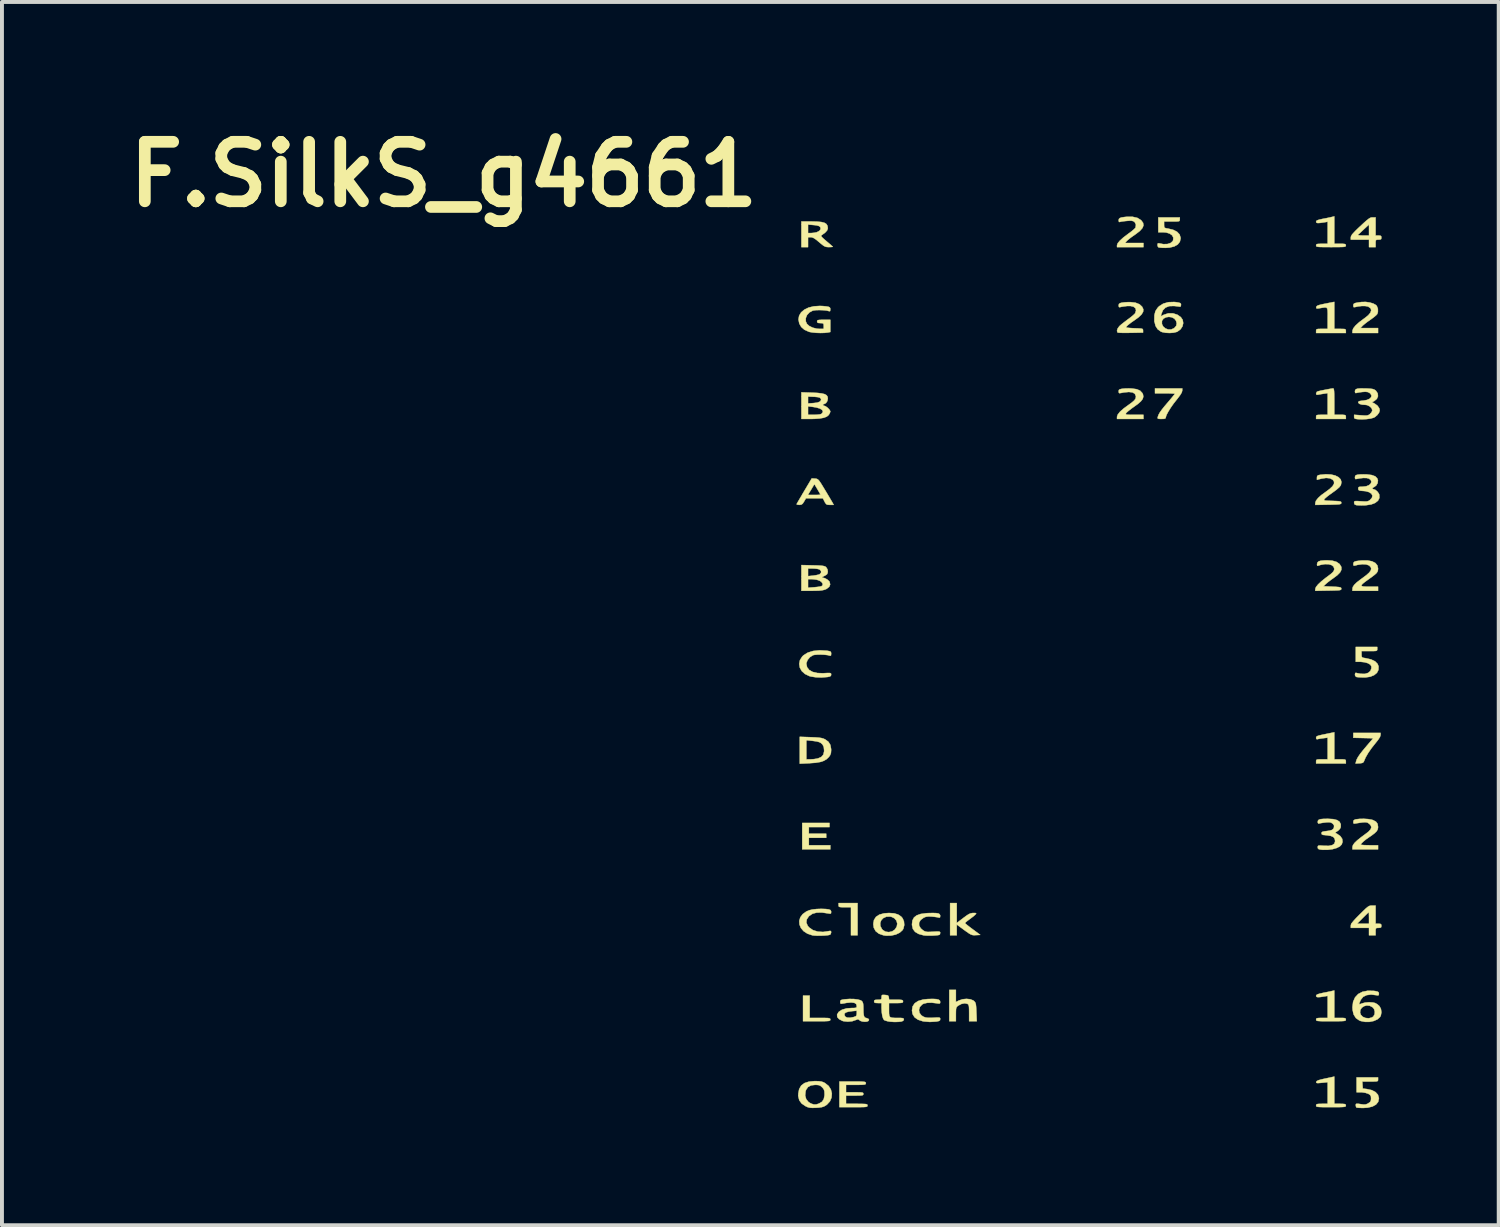
<source format=kicad_pcb>
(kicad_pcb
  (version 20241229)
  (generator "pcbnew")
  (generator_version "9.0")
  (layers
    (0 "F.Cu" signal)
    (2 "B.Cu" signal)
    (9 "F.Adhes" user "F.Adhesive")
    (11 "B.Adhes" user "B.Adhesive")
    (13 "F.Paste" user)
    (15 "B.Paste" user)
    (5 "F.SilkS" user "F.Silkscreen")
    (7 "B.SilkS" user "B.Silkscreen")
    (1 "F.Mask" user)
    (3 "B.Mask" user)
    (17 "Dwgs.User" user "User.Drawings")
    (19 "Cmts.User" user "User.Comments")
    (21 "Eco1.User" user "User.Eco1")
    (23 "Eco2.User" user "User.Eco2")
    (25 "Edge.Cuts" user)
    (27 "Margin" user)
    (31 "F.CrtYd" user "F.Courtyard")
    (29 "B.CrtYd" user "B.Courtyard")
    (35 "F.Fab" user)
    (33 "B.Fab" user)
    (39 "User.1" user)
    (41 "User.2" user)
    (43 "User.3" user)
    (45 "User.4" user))
  (footprint "F.SilkS_g4661"
    (layer "F.Cu")
    (at 8.317 1.418)
    (property "Reference" "F.SilkS_g4661" (at 0 0 0) (layer "F.SilkS") (effects (font (size 1.524 1.524) (thickness 0.3))))
    (attr through_hole)
    (fp_poly (pts (xy 10.604 19.494) (xy 10.435 19.494) (xy 10.435 18.775) (xy 10.276 18.775) (xy 10.196 18.774) (xy 10.148 18.77) (xy 10.126 18.76) (xy 10.118 18.741) (xy 10.118 18.722) (xy 10.118 18.669) (xy 10.604 18.669) (xy 10.604 19.494)) (stroke (width 0.01) (type solid)) (fill yes) (layer "F.SilkS"))
    (fp_poly (pts (xy 9.885 16.722) (xy 9.356 16.722) (xy 9.356 16.891) (xy 9.8 16.891) (xy 9.8 16.997) (xy 9.356 16.997) (xy 9.356 17.187) (xy 9.906 17.187) (xy 9.906 17.293) (xy 9.186 17.293) (xy 9.186 16.616) (xy 9.885 16.616) (xy 9.885 16.722)) (stroke (width 0.01) (type solid)) (fill yes) (layer "F.SilkS"))
    (fp_poly (pts (xy 9.377 21.611) (xy 9.641 21.611) (xy 9.751 21.612) (xy 9.826 21.613) (xy 9.871 21.618) (xy 9.895 21.626) (xy 9.905 21.639) (xy 9.906 21.654) (xy 9.904 21.669) (xy 9.894 21.68) (xy 9.871 21.688) (xy 9.827 21.692) (xy 9.758 21.695) (xy 9.657 21.696) (xy 9.557 21.696) (xy 9.207 21.696) (xy 9.207 21.04) (xy 9.377 21.04) (xy 9.377 21.611)) (stroke (width 0.01) (type solid)) (fill yes) (layer "F.SilkS"))
    (fp_poly (pts (xy 24.003 14.363) (xy 23.987 14.415) (xy 23.938 14.49) (xy 23.883 14.559) (xy 23.775 14.695) (xy 23.686 14.823) (xy 23.621 14.936) (xy 23.592 15.003) (xy 23.572 15.051) (xy 23.547 15.075) (xy 23.502 15.085) (xy 23.464 15.088) (xy 23.363 15.094) (xy 23.377 15.035) (xy 23.395 14.983) (xy 23.428 14.923) (xy 23.479 14.849) (xy 23.552 14.756) (xy 23.65 14.639) (xy 23.652 14.637) (xy 23.815 14.446) (xy 23.56 14.44) (xy 23.305 14.434) (xy 23.305 14.309) (xy 24.003 14.309) (xy 24.003 14.363)) (stroke (width 0.01) (type solid)) (fill yes) (layer "F.SilkS"))
    (fp_poly (pts (xy 22.818 14.986) (xy 22.966 14.986) (xy 23.043 14.987) (xy 23.088 14.991) (xy 23.108 15.003) (xy 23.114 15.025) (xy 23.114 15.039) (xy 23.114 15.092) (xy 22.352 15.092) (xy 22.352 15.039) (xy 22.354 15.011) (xy 22.367 14.995) (xy 22.399 14.988) (xy 22.461 14.986) (xy 22.5 14.986) (xy 22.648 14.986) (xy 22.648 14.431) (xy 22.529 14.446) (xy 22.458 14.456) (xy 22.402 14.466) (xy 22.38 14.472) (xy 22.357 14.465) (xy 22.352 14.439) (xy 22.354 14.418) (xy 22.363 14.402) (xy 22.388 14.388) (xy 22.433 14.374) (xy 22.506 14.357) (xy 22.614 14.335) (xy 22.622 14.333) (xy 22.818 14.293) (xy 22.818 14.986)) (stroke (width 0.01) (type solid)) (fill yes) (layer "F.SilkS"))
    (fp_poly (pts (xy 13.123 21.204) (xy 13.202 21.164) (xy 13.294 21.133) (xy 13.395 21.123) (xy 13.49 21.133) (xy 13.567 21.163) (xy 13.581 21.174) (xy 13.606 21.198) (xy 13.623 21.224) (xy 13.634 21.261) (xy 13.641 21.319) (xy 13.646 21.405) (xy 13.648 21.46) (xy 13.658 21.696) (xy 13.462 21.696) (xy 13.462 21.485) (xy 13.461 21.388) (xy 13.458 21.324) (xy 13.45 21.286) (xy 13.437 21.264) (xy 13.417 21.25) (xy 13.349 21.236) (xy 13.267 21.252) (xy 13.185 21.295) (xy 13.155 21.318) (xy 13.137 21.344) (xy 13.127 21.381) (xy 13.124 21.44) (xy 13.123 21.517) (xy 13.123 21.696) (xy 12.954 21.696) (xy 12.954 20.892) (xy 13.123 20.892) (xy 13.123 21.204)) (stroke (width 0.01) (type solid)) (fill yes) (layer "F.SilkS"))
    (fp_poly (pts (xy 13.145 19.179) (xy 13.313 19.051) (xy 13.395 18.99) (xy 13.455 18.952) (xy 13.502 18.932) (xy 13.547 18.924) (xy 13.57 18.923) (xy 13.624 18.924) (xy 13.644 18.932) (xy 13.635 18.95) (xy 13.624 18.961) (xy 13.589 18.994) (xy 13.532 19.039) (xy 13.473 19.083) (xy 13.415 19.127) (xy 13.373 19.162) (xy 13.357 19.181) (xy 13.372 19.198) (xy 13.416 19.235) (xy 13.48 19.285) (xy 13.552 19.339) (xy 13.748 19.484) (xy 13.636 19.49) (xy 13.585 19.492) (xy 13.545 19.487) (xy 13.504 19.472) (xy 13.454 19.443) (xy 13.384 19.394) (xy 13.334 19.358) (xy 13.145 19.218) (xy 13.145 19.494) (xy 12.975 19.494) (xy 12.975 18.669) (xy 13.145 18.669) (xy 13.145 19.179)) (stroke (width 0.01) (type solid)) (fill yes) (layer "F.SilkS"))
    (fp_poly (pts (xy 22.818 3.958) (xy 22.966 3.958) (xy 23.043 3.959) (xy 23.088 3.963) (xy 23.108 3.975) (xy 23.114 3.997) (xy 23.114 4.011) (xy 23.114 4.064) (xy 22.352 4.064) (xy 22.352 4.011) (xy 22.354 3.983) (xy 22.367 3.968) (xy 22.399 3.96) (xy 22.461 3.958) (xy 22.5 3.958) (xy 22.648 3.958) (xy 22.648 3.683) (xy 22.649 3.567) (xy 22.646 3.487) (xy 22.637 3.438) (xy 22.617 3.414) (xy 22.58 3.408) (xy 22.523 3.415) (xy 22.451 3.427) (xy 22.391 3.436) (xy 22.362 3.433) (xy 22.355 3.417) (xy 22.356 3.4) (xy 22.364 3.38) (xy 22.387 3.363) (xy 22.43 3.347) (xy 22.502 3.329) (xy 22.59 3.311) (xy 22.818 3.266) (xy 22.818 3.958)) (stroke (width 0.01) (type solid)) (fill yes) (layer "F.SilkS"))
    (fp_poly (pts (xy 18.922 5.54) (xy 18.909 5.588) (xy 18.867 5.657) (xy 18.796 5.751) (xy 18.776 5.776) (xy 18.695 5.879) (xy 18.623 5.983) (xy 18.564 6.079) (xy 18.521 6.16) (xy 18.501 6.219) (xy 18.5 6.231) (xy 18.49 6.252) (xy 18.457 6.263) (xy 18.392 6.265) (xy 18.328 6.264) (xy 18.298 6.257) (xy 18.291 6.238) (xy 18.298 6.207) (xy 18.315 6.159) (xy 18.346 6.103) (xy 18.395 6.033) (xy 18.466 5.943) (xy 18.562 5.83) (xy 18.573 5.817) (xy 18.636 5.743) (xy 18.687 5.681) (xy 18.721 5.638) (xy 18.733 5.621) (xy 18.713 5.616) (xy 18.659 5.613) (xy 18.579 5.61) (xy 18.481 5.609) (xy 18.224 5.609) (xy 18.224 5.482) (xy 18.923 5.482) (xy 18.922 5.54)) (stroke (width 0.01) (type solid)) (fill yes) (layer "F.SilkS"))
    (fp_poly (pts (xy 22.799 5.489) (xy 22.807 5.512) (xy 22.813 5.558) (xy 22.816 5.631) (xy 22.817 5.738) (xy 22.818 5.821) (xy 22.818 6.16) (xy 22.966 6.16) (xy 23.043 6.16) (xy 23.088 6.165) (xy 23.108 6.176) (xy 23.114 6.198) (xy 23.114 6.212) (xy 23.114 6.265) (xy 22.352 6.265) (xy 22.352 6.212) (xy 22.354 6.185) (xy 22.367 6.169) (xy 22.399 6.162) (xy 22.461 6.16) (xy 22.5 6.16) (xy 22.648 6.16) (xy 22.648 5.604) (xy 22.548 5.619) (xy 22.477 5.63) (xy 22.416 5.641) (xy 22.4 5.645) (xy 22.363 5.646) (xy 22.352 5.618) (xy 22.352 5.612) (xy 22.37 5.571) (xy 22.4 5.557) (xy 22.479 5.539) (xy 22.568 5.521) (xy 22.655 5.504) (xy 22.728 5.491) (xy 22.777 5.483) (xy 22.787 5.482) (xy 22.799 5.489)) (stroke (width 0.01) (type solid)) (fill yes) (layer "F.SilkS"))
    (fp_poly (pts (xy 9.403 14.419) (xy 9.526 14.424) (xy 9.615 14.431) (xy 9.68 14.441) (xy 9.731 14.456) (xy 9.773 14.475) (xy 9.856 14.535) (xy 9.906 14.615) (xy 9.926 14.721) (xy 9.927 14.75) (xy 9.921 14.828) (xy 9.897 14.887) (xy 9.87 14.924) (xy 9.811 14.982) (xy 9.739 15.024) (xy 9.649 15.054) (xy 9.531 15.074) (xy 9.379 15.085) (xy 9.377 15.086) (xy 9.123 15.098) (xy 9.123 14.986) (xy 9.292 14.986) (xy 9.401 14.986) (xy 9.484 14.981) (xy 9.565 14.968) (xy 9.591 14.962) (xy 9.676 14.924) (xy 9.725 14.869) (xy 9.746 14.789) (xy 9.747 14.753) (xy 9.738 14.668) (xy 9.708 14.609) (xy 9.705 14.605) (xy 9.667 14.569) (xy 9.622 14.545) (xy 9.56 14.528) (xy 9.47 14.515) (xy 9.435 14.511) (xy 9.292 14.496) (xy 9.292 14.986) (xy 9.123 14.986) (xy 9.123 14.409) (xy 9.403 14.419)) (stroke (width 0.01) (type solid)) (fill yes) (layer "F.SilkS"))
    (fp_poly (pts (xy 11.541 18.932) (xy 11.642 18.962) (xy 11.72 19.014) (xy 11.757 19.057) (xy 11.792 19.138) (xy 11.8 19.232) (xy 11.778 19.323) (xy 11.757 19.361) (xy 11.683 19.428) (xy 11.581 19.476) (xy 11.46 19.502) (xy 11.331 19.504) (xy 11.267 19.494) (xy 11.151 19.454) (xy 11.068 19.389) (xy 11.02 19.301) (xy 11.007 19.209) (xy 11.012 19.178) (xy 11.184 19.178) (xy 11.188 19.257) (xy 11.229 19.335) (xy 11.25 19.359) (xy 11.321 19.402) (xy 11.405 19.413) (xy 11.491 19.394) (xy 11.559 19.348) (xy 11.608 19.273) (xy 11.621 19.195) (xy 11.6 19.12) (xy 11.549 19.059) (xy 11.47 19.021) (xy 11.439 19.015) (xy 11.342 19.018) (xy 11.265 19.052) (xy 11.211 19.108) (xy 11.184 19.178) (xy 11.012 19.178) (xy 11.024 19.103) (xy 11.076 19.022) (xy 11.162 18.965) (xy 11.283 18.932) (xy 11.409 18.923) (xy 11.541 18.932)) (stroke (width 0.01) (type solid)) (fill yes) (layer "F.SilkS"))
    (fp_poly (pts (xy 12.62 21.129) (xy 12.681 21.143) (xy 12.713 21.168) (xy 12.721 21.2) (xy 12.718 21.232) (xy 12.702 21.244) (xy 12.66 21.241) (xy 12.631 21.236) (xy 12.503 21.221) (xy 12.39 21.224) (xy 12.3 21.245) (xy 12.26 21.266) (xy 12.199 21.332) (xy 12.177 21.407) (xy 12.19 21.482) (xy 12.24 21.547) (xy 12.293 21.581) (xy 12.345 21.6) (xy 12.406 21.608) (xy 12.49 21.609) (xy 12.545 21.606) (xy 12.631 21.601) (xy 12.683 21.601) (xy 12.71 21.607) (xy 12.72 21.621) (xy 12.721 21.642) (xy 12.715 21.673) (xy 12.689 21.69) (xy 12.634 21.702) (xy 12.623 21.704) (xy 12.456 21.714) (xy 12.299 21.701) (xy 12.277 21.697) (xy 12.153 21.657) (xy 12.065 21.596) (xy 12.013 21.512) (xy 11.998 21.42) (xy 12.014 21.318) (xy 12.067 21.237) (xy 12.156 21.178) (xy 12.28 21.141) (xy 12.395 21.128) (xy 12.526 21.124) (xy 12.62 21.129)) (stroke (width 0.01) (type solid)) (fill yes) (layer "F.SilkS"))
    (fp_poly (pts (xy 23.876 1.566) (xy 23.95 1.566) (xy 24 1.57) (xy 24.021 1.588) (xy 24.024 1.619) (xy 24.019 1.655) (xy 23.994 1.67) (xy 23.95 1.672) (xy 23.905 1.674) (xy 23.883 1.688) (xy 23.876 1.725) (xy 23.876 1.767) (xy 23.876 1.863) (xy 23.707 1.863) (xy 23.707 1.672) (xy 23.241 1.672) (xy 23.241 1.613) (xy 23.247 1.585) (xy 23.266 1.55) (xy 23.267 1.549) (xy 23.422 1.549) (xy 23.431 1.557) (xy 23.474 1.563) (xy 23.541 1.566) (xy 23.554 1.566) (xy 23.707 1.566) (xy 23.707 1.285) (xy 23.574 1.408) (xy 23.512 1.467) (xy 23.46 1.515) (xy 23.427 1.544) (xy 23.422 1.549) (xy 23.267 1.549) (xy 23.304 1.504) (xy 23.364 1.441) (xy 23.451 1.357) (xy 23.483 1.328) (xy 23.577 1.24) (xy 23.646 1.179) (xy 23.698 1.138) (xy 23.737 1.114) (xy 23.77 1.103) (xy 23.8 1.101) (xy 23.876 1.101) (xy 23.876 1.566)) (stroke (width 0.01) (type solid)) (fill yes) (layer "F.SilkS"))
    (fp_poly (pts (xy 9.786 18.821) (xy 9.861 18.83) (xy 9.909 18.847) (xy 9.926 18.879) (xy 9.927 18.897) (xy 9.923 18.932) (xy 9.902 18.942) (xy 9.858 18.935) (xy 9.693 18.911) (xy 9.557 18.913) (xy 9.449 18.942) (xy 9.364 19) (xy 9.352 19.012) (xy 9.301 19.09) (xy 9.292 19.17) (xy 9.326 19.25) (xy 9.362 19.293) (xy 9.459 19.361) (xy 9.581 19.4) (xy 9.72 19.409) (xy 9.848 19.39) (xy 9.899 19.381) (xy 9.922 19.387) (xy 9.927 19.413) (xy 9.927 19.42) (xy 9.915 19.463) (xy 9.895 19.481) (xy 9.845 19.492) (xy 9.766 19.5) (xy 9.672 19.504) (xy 9.577 19.505) (xy 9.495 19.501) (xy 9.447 19.495) (xy 9.319 19.452) (xy 9.221 19.388) (xy 9.153 19.308) (xy 9.116 19.219) (xy 9.11 19.126) (xy 9.137 19.035) (xy 9.197 18.953) (xy 9.291 18.885) (xy 9.368 18.852) (xy 9.45 18.833) (xy 9.558 18.821) (xy 9.675 18.817) (xy 9.786 18.821)) (stroke (width 0.01) (type solid)) (fill yes) (layer "F.SilkS"))
    (fp_poly (pts (xy 18.86 1.154) (xy 18.858 1.178) (xy 18.849 1.194) (xy 18.823 1.202) (xy 18.774 1.206) (xy 18.692 1.206) (xy 18.658 1.206) (xy 18.457 1.206) (xy 18.457 1.29) (xy 18.459 1.34) (xy 18.472 1.367) (xy 18.507 1.38) (xy 18.558 1.388) (xy 18.69 1.42) (xy 18.79 1.471) (xy 18.854 1.539) (xy 18.88 1.623) (xy 18.881 1.639) (xy 18.861 1.726) (xy 18.806 1.796) (xy 18.718 1.846) (xy 18.6 1.875) (xy 18.489 1.882) (xy 18.411 1.88) (xy 18.349 1.875) (xy 18.315 1.87) (xy 18.314 1.87) (xy 18.294 1.843) (xy 18.288 1.807) (xy 18.295 1.769) (xy 18.321 1.764) (xy 18.325 1.765) (xy 18.439 1.787) (xy 18.541 1.784) (xy 18.622 1.759) (xy 18.676 1.712) (xy 18.688 1.689) (xy 18.694 1.621) (xy 18.664 1.562) (xy 18.601 1.517) (xy 18.511 1.489) (xy 18.42 1.482) (xy 18.309 1.482) (xy 18.309 1.101) (xy 18.86 1.101) (xy 18.86 1.154)) (stroke (width 0.01) (type solid)) (fill yes) (layer "F.SilkS"))
    (fp_poly (pts (xy 22.818 23.812) (xy 22.966 23.812) (xy 23.044 23.814) (xy 23.088 23.819) (xy 23.109 23.831) (xy 23.114 23.851) (xy 23.114 23.855) (xy 23.112 23.87) (xy 23.103 23.881) (xy 23.081 23.888) (xy 23.039 23.893) (xy 22.973 23.896) (xy 22.877 23.897) (xy 22.744 23.897) (xy 22.733 23.897) (xy 22.598 23.897) (xy 22.499 23.896) (xy 22.431 23.893) (xy 22.388 23.889) (xy 22.364 23.882) (xy 22.354 23.871) (xy 22.352 23.856) (xy 22.352 23.855) (xy 22.356 23.833) (xy 22.374 23.82) (xy 22.415 23.814) (xy 22.488 23.813) (xy 22.5 23.812) (xy 22.648 23.812) (xy 22.648 23.258) (xy 22.498 23.273) (xy 22.42 23.28) (xy 22.376 23.28) (xy 22.357 23.272) (xy 22.354 23.255) (xy 22.355 23.25) (xy 22.37 23.229) (xy 22.408 23.209) (xy 22.478 23.189) (xy 22.543 23.174) (xy 22.631 23.155) (xy 22.708 23.139) (xy 22.76 23.127) (xy 22.77 23.125) (xy 22.818 23.113) (xy 22.818 23.812)) (stroke (width 0.01) (type solid)) (fill yes) (layer "F.SilkS"))
    (fp_poly (pts (xy 23.725 3.282) (xy 23.817 3.309) (xy 23.885 3.347) (xy 23.907 3.371) (xy 23.935 3.442) (xy 23.935 3.525) (xy 23.918 3.578) (xy 23.891 3.608) (xy 23.838 3.653) (xy 23.769 3.705) (xy 23.743 3.723) (xy 23.666 3.777) (xy 23.597 3.831) (xy 23.547 3.873) (xy 23.539 3.882) (xy 23.488 3.937) (xy 23.939 3.937) (xy 23.939 4.064) (xy 23.283 4.064) (xy 23.283 4.005) (xy 23.303 3.946) (xy 23.36 3.874) (xy 23.453 3.789) (xy 23.58 3.694) (xy 23.593 3.685) (xy 23.688 3.609) (xy 23.745 3.54) (xy 23.764 3.478) (xy 23.745 3.427) (xy 23.685 3.387) (xy 23.684 3.386) (xy 23.619 3.373) (xy 23.529 3.371) (xy 23.43 3.382) (xy 23.352 3.399) (xy 23.317 3.403) (xy 23.305 3.378) (xy 23.305 3.36) (xy 23.308 3.33) (xy 23.323 3.31) (xy 23.358 3.295) (xy 23.419 3.283) (xy 23.515 3.27) (xy 23.519 3.27) (xy 23.622 3.267) (xy 23.725 3.282)) (stroke (width 0.01) (type solid)) (fill yes) (layer "F.SilkS"))
    (fp_poly (pts (xy 23.784 9.913) (xy 23.87 9.956) (xy 23.922 10.019) (xy 23.939 10.095) (xy 23.936 10.14) (xy 23.925 10.177) (xy 23.9 10.214) (xy 23.855 10.255) (xy 23.785 10.309) (xy 23.704 10.367) (xy 23.605 10.439) (xy 23.541 10.491) (xy 23.513 10.526) (xy 23.521 10.547) (xy 23.565 10.558) (xy 23.646 10.562) (xy 23.718 10.562) (xy 23.939 10.562) (xy 23.939 10.668) (xy 23.283 10.668) (xy 23.283 10.616) (xy 23.294 10.568) (xy 23.329 10.516) (xy 23.391 10.455) (xy 23.486 10.381) (xy 23.535 10.345) (xy 23.64 10.267) (xy 23.711 10.203) (xy 23.751 10.151) (xy 23.763 10.105) (xy 23.754 10.067) (xy 23.71 10.019) (xy 23.634 9.992) (xy 23.534 9.987) (xy 23.415 10.004) (xy 23.342 10.024) (xy 23.313 10.023) (xy 23.305 9.99) (xy 23.305 9.984) (xy 23.31 9.949) (xy 23.331 9.925) (xy 23.376 9.909) (xy 23.45 9.898) (xy 23.529 9.891) (xy 23.67 9.891) (xy 23.784 9.913)) (stroke (width 0.01) (type solid)) (fill yes) (layer "F.SilkS"))
    (fp_poly (pts (xy 23.876 19.198) (xy 23.95 19.198) (xy 24 19.202) (xy 24.021 19.22) (xy 24.024 19.251) (xy 24.019 19.287) (xy 23.994 19.302) (xy 23.95 19.304) (xy 23.905 19.306) (xy 23.883 19.32) (xy 23.876 19.357) (xy 23.876 19.399) (xy 23.876 19.494) (xy 23.707 19.494) (xy 23.707 19.304) (xy 23.241 19.304) (xy 23.241 19.245) (xy 23.247 19.215) (xy 23.257 19.198) (xy 23.401 19.198) (xy 23.707 19.198) (xy 23.707 19.05) (xy 23.706 18.977) (xy 23.704 18.924) (xy 23.701 18.902) (xy 23.701 18.902) (xy 23.684 18.916) (xy 23.645 18.954) (xy 23.589 19.009) (xy 23.548 19.05) (xy 23.401 19.198) (xy 23.257 19.198) (xy 23.269 19.177) (xy 23.31 19.126) (xy 23.374 19.056) (xy 23.466 18.963) (xy 23.469 18.96) (xy 23.557 18.873) (xy 23.621 18.811) (xy 23.669 18.771) (xy 23.705 18.747) (xy 23.737 18.736) (xy 23.771 18.733) (xy 23.786 18.733) (xy 23.876 18.733) (xy 23.876 19.198)) (stroke (width 0.01) (type solid)) (fill yes) (layer "F.SilkS"))
    (fp_poly (pts (xy 17.654 1.087) (xy 17.775 1.115) (xy 17.866 1.172) (xy 17.872 1.178) (xy 17.919 1.242) (xy 17.929 1.307) (xy 17.902 1.375) (xy 17.836 1.449) (xy 17.73 1.531) (xy 17.701 1.551) (xy 17.625 1.604) (xy 17.557 1.656) (xy 17.511 1.697) (xy 17.506 1.701) (xy 17.455 1.757) (xy 17.928 1.757) (xy 17.928 1.863) (xy 17.251 1.863) (xy 17.251 1.814) (xy 17.269 1.764) (xy 17.323 1.699) (xy 17.413 1.617) (xy 17.542 1.519) (xy 17.561 1.505) (xy 17.631 1.453) (xy 17.687 1.405) (xy 17.72 1.371) (xy 17.725 1.363) (xy 17.736 1.29) (xy 17.708 1.229) (xy 17.696 1.217) (xy 17.665 1.197) (xy 17.623 1.188) (xy 17.558 1.188) (xy 17.511 1.191) (xy 17.432 1.199) (xy 17.366 1.208) (xy 17.33 1.217) (xy 17.303 1.22) (xy 17.293 1.191) (xy 17.293 1.179) (xy 17.299 1.144) (xy 17.321 1.12) (xy 17.366 1.103) (xy 17.442 1.092) (xy 17.505 1.086) (xy 17.654 1.087)) (stroke (width 0.01) (type solid)) (fill yes) (layer "F.SilkS"))
    (fp_poly (pts (xy 22.818 1.778) (xy 22.966 1.778) (xy 23.044 1.779) (xy 23.088 1.784) (xy 23.109 1.796) (xy 23.114 1.817) (xy 23.114 1.82) (xy 23.112 1.835) (xy 23.103 1.846) (xy 23.081 1.854) (xy 23.039 1.859) (xy 22.973 1.861) (xy 22.877 1.862) (xy 22.744 1.863) (xy 22.733 1.863) (xy 22.598 1.862) (xy 22.499 1.861) (xy 22.431 1.859) (xy 22.388 1.854) (xy 22.364 1.847) (xy 22.354 1.836) (xy 22.352 1.822) (xy 22.352 1.82) (xy 22.356 1.798) (xy 22.374 1.785) (xy 22.415 1.78) (xy 22.488 1.778) (xy 22.5 1.778) (xy 22.648 1.778) (xy 22.648 1.213) (xy 22.548 1.23) (xy 22.455 1.243) (xy 22.396 1.247) (xy 22.364 1.239) (xy 22.353 1.22) (xy 22.352 1.211) (xy 22.359 1.19) (xy 22.386 1.174) (xy 22.44 1.157) (xy 22.527 1.138) (xy 22.537 1.136) (xy 22.627 1.119) (xy 22.705 1.102) (xy 22.759 1.09) (xy 22.77 1.087) (xy 22.818 1.075) (xy 22.818 1.778)) (stroke (width 0.01) (type solid)) (fill yes) (layer "F.SilkS"))
    (fp_poly (pts (xy 22.818 21.611) (xy 22.966 21.611) (xy 23.044 21.612) (xy 23.088 21.617) (xy 23.109 21.629) (xy 23.114 21.65) (xy 23.114 21.654) (xy 23.112 21.669) (xy 23.103 21.68) (xy 23.081 21.687) (xy 23.039 21.692) (xy 22.973 21.694) (xy 22.877 21.696) (xy 22.744 21.696) (xy 22.733 21.696) (xy 22.598 21.696) (xy 22.499 21.695) (xy 22.431 21.692) (xy 22.388 21.688) (xy 22.364 21.68) (xy 22.354 21.669) (xy 22.352 21.655) (xy 22.352 21.654) (xy 22.356 21.631) (xy 22.374 21.619) (xy 22.415 21.613) (xy 22.488 21.611) (xy 22.5 21.611) (xy 22.648 21.611) (xy 22.648 21.046) (xy 22.548 21.063) (xy 22.455 21.077) (xy 22.396 21.08) (xy 22.364 21.072) (xy 22.353 21.053) (xy 22.352 21.044) (xy 22.36 21.024) (xy 22.387 21.007) (xy 22.442 20.989) (xy 22.531 20.969) (xy 22.537 20.968) (xy 22.627 20.95) (xy 22.705 20.934) (xy 22.759 20.922) (xy 22.77 20.919) (xy 22.818 20.908) (xy 22.818 21.611)) (stroke (width 0.01) (type solid)) (fill yes) (layer "F.SilkS"))
    (fp_poly (pts (xy 23.918 12.16) (xy 23.917 12.185) (xy 23.907 12.2) (xy 23.882 12.209) (xy 23.833 12.212) (xy 23.751 12.213) (xy 23.717 12.213) (xy 23.516 12.213) (xy 23.516 12.297) (xy 23.518 12.347) (xy 23.531 12.373) (xy 23.566 12.386) (xy 23.617 12.394) (xy 23.759 12.426) (xy 23.862 12.475) (xy 23.927 12.541) (xy 23.952 12.605) (xy 23.949 12.694) (xy 23.91 12.77) (xy 23.838 12.829) (xy 23.738 12.87) (xy 23.612 12.888) (xy 23.568 12.888) (xy 23.488 12.885) (xy 23.422 12.881) (xy 23.384 12.876) (xy 23.353 12.848) (xy 23.347 12.813) (xy 23.355 12.774) (xy 23.376 12.77) (xy 23.414 12.78) (xy 23.474 12.791) (xy 23.499 12.795) (xy 23.603 12.797) (xy 23.686 12.771) (xy 23.743 12.722) (xy 23.769 12.653) (xy 23.767 12.601) (xy 23.739 12.559) (xy 23.678 12.523) (xy 23.595 12.499) (xy 23.498 12.488) (xy 23.49 12.488) (xy 23.368 12.488) (xy 23.368 12.107) (xy 23.918 12.107) (xy 23.918 12.16)) (stroke (width 0.01) (type solid)) (fill yes) (layer "F.SilkS"))
    (fp_poly (pts (xy 10.604 23.241) (xy 10.695 23.242) (xy 10.755 23.246) (xy 10.791 23.251) (xy 10.809 23.26) (xy 10.816 23.273) (xy 10.816 23.283) (xy 10.814 23.301) (xy 10.802 23.313) (xy 10.773 23.32) (xy 10.72 23.324) (xy 10.637 23.326) (xy 10.562 23.326) (xy 10.308 23.326) (xy 10.308 23.516) (xy 10.53 23.516) (xy 10.63 23.517) (xy 10.694 23.519) (xy 10.731 23.525) (xy 10.748 23.536) (xy 10.753 23.553) (xy 10.753 23.558) (xy 10.75 23.577) (xy 10.737 23.59) (xy 10.705 23.597) (xy 10.648 23.6) (xy 10.558 23.601) (xy 10.53 23.601) (xy 10.308 23.601) (xy 10.308 23.812) (xy 10.583 23.812) (xy 10.696 23.813) (xy 10.772 23.815) (xy 10.82 23.819) (xy 10.846 23.827) (xy 10.857 23.839) (xy 10.858 23.855) (xy 10.857 23.87) (xy 10.847 23.881) (xy 10.824 23.889) (xy 10.781 23.894) (xy 10.713 23.896) (xy 10.613 23.897) (xy 10.499 23.897) (xy 10.139 23.897) (xy 10.139 23.241) (xy 10.477 23.241) (xy 10.604 23.241)) (stroke (width 0.01) (type solid)) (fill yes) (layer "F.SilkS"))
    (fp_poly (pts (xy 9.812 12.203) (xy 9.829 12.205) (xy 9.889 12.216) (xy 9.918 12.231) (xy 9.927 12.26) (xy 9.927 12.282) (xy 9.923 12.325) (xy 9.905 12.334) (xy 9.89 12.329) (xy 9.833 12.315) (xy 9.751 12.306) (xy 9.657 12.302) (xy 9.566 12.304) (xy 9.493 12.311) (xy 9.461 12.319) (xy 9.384 12.368) (xy 9.325 12.438) (xy 9.294 12.515) (xy 9.292 12.54) (xy 9.311 12.628) (xy 9.366 12.698) (xy 9.454 12.747) (xy 9.574 12.775) (xy 9.721 12.781) (xy 9.747 12.779) (xy 9.834 12.774) (xy 9.888 12.774) (xy 9.915 12.78) (xy 9.926 12.794) (xy 9.927 12.816) (xy 9.921 12.846) (xy 9.895 12.864) (xy 9.84 12.876) (xy 9.829 12.877) (xy 9.681 12.889) (xy 9.537 12.884) (xy 9.411 12.865) (xy 9.368 12.853) (xy 9.256 12.799) (xy 9.174 12.725) (xy 9.125 12.637) (xy 9.109 12.541) (xy 9.128 12.445) (xy 9.185 12.354) (xy 9.219 12.321) (xy 9.327 12.253) (xy 9.465 12.21) (xy 9.628 12.193) (xy 9.812 12.203)) (stroke (width 0.01) (type solid)) (fill yes) (layer "F.SilkS"))
    (fp_poly (pts (xy 17.631 5.486) (xy 17.754 5.503) (xy 17.843 5.541) (xy 17.899 5.601) (xy 17.916 5.636) (xy 17.925 5.694) (xy 17.909 5.752) (xy 17.863 5.813) (xy 17.785 5.882) (xy 17.693 5.948) (xy 17.614 6.005) (xy 17.546 6.058) (xy 17.499 6.099) (xy 17.483 6.118) (xy 17.476 6.136) (xy 17.48 6.148) (xy 17.504 6.155) (xy 17.553 6.158) (xy 17.634 6.159) (xy 17.695 6.16) (xy 17.928 6.16) (xy 17.928 6.265) (xy 17.251 6.265) (xy 17.251 6.209) (xy 17.27 6.153) (xy 17.326 6.082) (xy 17.418 6) (xy 17.542 5.909) (xy 17.542 5.909) (xy 17.633 5.843) (xy 17.693 5.791) (xy 17.725 5.746) (xy 17.735 5.702) (xy 17.734 5.68) (xy 17.708 5.621) (xy 17.648 5.585) (xy 17.554 5.574) (xy 17.426 5.586) (xy 17.351 5.601) (xy 17.31 5.606) (xy 17.295 5.587) (xy 17.293 5.56) (xy 17.298 5.526) (xy 17.321 5.506) (xy 17.372 5.494) (xy 17.388 5.492) (xy 17.461 5.485) (xy 17.554 5.483) (xy 17.631 5.486)) (stroke (width 0.01) (type solid)) (fill yes) (layer "F.SilkS"))
    (fp_poly (pts (xy 23.939 23.188) (xy 23.938 23.213) (xy 23.929 23.228) (xy 23.903 23.236) (xy 23.854 23.24) (xy 23.773 23.241) (xy 23.737 23.241) (xy 23.535 23.241) (xy 23.541 23.331) (xy 23.548 23.421) (xy 23.655 23.434) (xy 23.78 23.462) (xy 23.875 23.512) (xy 23.936 23.579) (xy 23.96 23.663) (xy 23.961 23.675) (xy 23.942 23.762) (xy 23.886 23.831) (xy 23.796 23.881) (xy 23.674 23.91) (xy 23.557 23.918) (xy 23.478 23.916) (xy 23.417 23.912) (xy 23.384 23.905) (xy 23.382 23.904) (xy 23.371 23.874) (xy 23.368 23.845) (xy 23.371 23.82) (xy 23.385 23.809) (xy 23.421 23.809) (xy 23.488 23.819) (xy 23.492 23.82) (xy 23.568 23.83) (xy 23.619 23.828) (xy 23.663 23.813) (xy 23.688 23.799) (xy 23.736 23.765) (xy 23.756 23.725) (xy 23.76 23.674) (xy 23.755 23.616) (xy 23.733 23.582) (xy 23.686 23.553) (xy 23.614 23.53) (xy 23.527 23.517) (xy 23.5 23.516) (xy 23.389 23.516) (xy 23.389 23.135) (xy 23.939 23.135) (xy 23.939 23.188)) (stroke (width 0.01) (type solid)) (fill yes) (layer "F.SilkS"))
    (fp_poly (pts (xy 12.618 18.926) (xy 12.675 18.935) (xy 12.707 18.954) (xy 12.72 18.982) (xy 12.721 19) (xy 12.715 19.038) (xy 12.693 19.043) (xy 12.684 19.04) (xy 12.644 19.031) (xy 12.578 19.022) (xy 12.509 19.015) (xy 12.419 19.012) (xy 12.353 19.021) (xy 12.298 19.043) (xy 12.22 19.102) (xy 12.18 19.17) (xy 12.18 19.243) (xy 12.221 19.315) (xy 12.277 19.364) (xy 12.316 19.388) (xy 12.354 19.402) (xy 12.403 19.408) (xy 12.475 19.406) (xy 12.536 19.403) (xy 12.625 19.398) (xy 12.68 19.398) (xy 12.709 19.404) (xy 12.72 19.417) (xy 12.721 19.431) (xy 12.714 19.469) (xy 12.705 19.48) (xy 12.669 19.49) (xy 12.602 19.497) (xy 12.519 19.502) (xy 12.431 19.503) (xy 12.352 19.501) (xy 12.296 19.495) (xy 12.168 19.46) (xy 12.077 19.406) (xy 12.021 19.331) (xy 11.999 19.234) (xy 11.998 19.212) (xy 12.01 19.114) (xy 12.05 19.038) (xy 12.119 18.984) (xy 12.221 18.948) (xy 12.359 18.929) (xy 12.408 18.926) (xy 12.531 18.923) (xy 12.618 18.926)) (stroke (width 0.01) (type solid)) (fill yes) (layer "F.SilkS"))
    (fp_poly (pts (xy 23.684 16.517) (xy 23.776 16.533) (xy 23.813 16.544) (xy 23.887 16.585) (xy 23.926 16.638) (xy 23.939 16.715) (xy 23.939 16.727) (xy 23.931 16.778) (xy 23.904 16.827) (xy 23.851 16.879) (xy 23.768 16.942) (xy 23.717 16.976) (xy 23.635 17.033) (xy 23.566 17.089) (xy 23.517 17.136) (xy 23.495 17.167) (xy 23.495 17.17) (xy 23.515 17.177) (xy 23.568 17.183) (xy 23.646 17.186) (xy 23.717 17.187) (xy 23.939 17.187) (xy 23.939 17.293) (xy 23.283 17.293) (xy 23.283 17.232) (xy 23.296 17.185) (xy 23.335 17.129) (xy 23.405 17.062) (xy 23.507 16.98) (xy 23.606 16.907) (xy 23.697 16.837) (xy 23.75 16.777) (xy 23.767 16.725) (xy 23.75 16.677) (xy 23.716 16.641) (xy 23.673 16.61) (xy 23.629 16.598) (xy 23.565 16.6) (xy 23.549 16.601) (xy 23.47 16.612) (xy 23.397 16.623) (xy 23.373 16.628) (xy 23.326 16.634) (xy 23.308 16.623) (xy 23.305 16.589) (xy 23.314 16.549) (xy 23.348 16.529) (xy 23.371 16.523) (xy 23.466 16.512) (xy 23.575 16.51) (xy 23.684 16.517)) (stroke (width 0.01) (type solid)) (fill yes) (layer "F.SilkS"))
    (fp_poly (pts (xy 9.513 7.794) (xy 9.546 7.797) (xy 9.572 7.806) (xy 9.598 7.824) (xy 9.627 7.858) (xy 9.665 7.914) (xy 9.716 7.997) (xy 9.763 8.075) (xy 9.824 8.176) (xy 9.879 8.269) (xy 9.924 8.345) (xy 9.954 8.396) (xy 9.961 8.408) (xy 9.992 8.467) (xy 9.896 8.467) (xy 9.836 8.464) (xy 9.8 8.448) (xy 9.771 8.408) (xy 9.758 8.382) (xy 9.715 8.297) (xy 9.282 8.298) (xy 9.233 8.382) (xy 9.198 8.436) (xy 9.164 8.46) (xy 9.116 8.467) (xy 9.11 8.467) (xy 9.063 8.462) (xy 9.042 8.452) (xy 9.042 8.449) (xy 9.054 8.426) (xy 9.085 8.372) (xy 9.13 8.295) (xy 9.179 8.213) (xy 9.331 8.213) (xy 9.492 8.213) (xy 9.568 8.212) (xy 9.625 8.209) (xy 9.651 8.205) (xy 9.652 8.204) (xy 9.642 8.182) (xy 9.616 8.135) (xy 9.578 8.071) (xy 9.575 8.065) (xy 9.498 7.936) (xy 9.456 8.006) (xy 9.415 8.075) (xy 9.373 8.143) (xy 9.373 8.144) (xy 9.331 8.213) (xy 9.179 8.213) (xy 9.186 8.2) (xy 9.239 8.11) (xy 9.43 7.789) (xy 9.513 7.794)) (stroke (width 0.01) (type solid)) (fill yes) (layer "F.SilkS"))
    (fp_poly (pts (xy 9.565 1.21) (xy 9.676 1.22) (xy 9.755 1.24) (xy 9.806 1.272) (xy 9.833 1.317) (xy 9.842 1.377) (xy 9.842 1.383) (xy 9.823 1.437) (xy 9.769 1.496) (xy 9.686 1.555) (xy 9.684 1.556) (xy 9.671 1.569) (xy 9.676 1.589) (xy 9.702 1.619) (xy 9.755 1.667) (xy 9.808 1.713) (xy 9.876 1.77) (xy 9.93 1.817) (xy 9.963 1.847) (xy 9.97 1.855) (xy 9.95 1.859) (xy 9.902 1.862) (xy 9.867 1.863) (xy 9.816 1.86) (xy 9.774 1.85) (xy 9.73 1.826) (xy 9.675 1.783) (xy 9.619 1.736) (xy 9.54 1.67) (xy 9.481 1.631) (xy 9.434 1.612) (xy 9.403 1.609) (xy 9.335 1.609) (xy 9.335 1.863) (xy 9.165 1.863) (xy 9.165 1.503) (xy 9.335 1.503) (xy 9.416 1.503) (xy 9.491 1.496) (xy 9.561 1.481) (xy 9.565 1.479) (xy 9.629 1.445) (xy 9.658 1.4) (xy 9.649 1.352) (xy 9.645 1.345) (xy 9.61 1.321) (xy 9.545 1.304) (xy 9.476 1.297) (xy 9.335 1.285) (xy 9.335 1.503) (xy 9.165 1.503) (xy 9.165 1.206) (xy 9.416 1.206) (xy 9.565 1.21)) (stroke (width 0.01) (type solid)) (fill yes) (layer "F.SilkS"))
    (fp_poly (pts (xy 22.731 7.689) (xy 22.84 7.714) (xy 22.924 7.756) (xy 22.98 7.812) (xy 23.001 7.882) (xy 22.986 7.961) (xy 22.949 8.012) (xy 22.874 8.078) (xy 22.772 8.153) (xy 22.692 8.21) (xy 22.625 8.262) (xy 22.579 8.302) (xy 22.563 8.321) (xy 22.556 8.338) (xy 22.563 8.349) (xy 22.591 8.357) (xy 22.645 8.361) (xy 22.732 8.364) (xy 22.77 8.365) (xy 22.87 8.369) (xy 22.936 8.373) (xy 22.974 8.38) (xy 22.992 8.391) (xy 22.997 8.408) (xy 22.998 8.414) (xy 22.995 8.43) (xy 22.985 8.441) (xy 22.96 8.449) (xy 22.914 8.455) (xy 22.842 8.458) (xy 22.736 8.461) (xy 22.664 8.462) (xy 22.331 8.468) (xy 22.331 8.415) (xy 22.349 8.36) (xy 22.402 8.292) (xy 22.484 8.217) (xy 22.579 8.148) (xy 22.694 8.063) (xy 22.771 7.991) (xy 22.81 7.928) (xy 22.812 7.873) (xy 22.779 7.825) (xy 22.778 7.823) (xy 22.707 7.786) (xy 22.609 7.776) (xy 22.492 7.794) (xy 22.484 7.796) (xy 22.373 7.825) (xy 22.373 7.768) (xy 22.379 7.729) (xy 22.404 7.708) (xy 22.453 7.697) (xy 22.6 7.683) (xy 22.731 7.689)) (stroke (width 0.01) (type solid)) (fill yes) (layer "F.SilkS"))
    (fp_poly (pts (xy 22.765 9.896) (xy 22.875 9.928) (xy 22.953 9.982) (xy 22.997 10.055) (xy 22.999 10.064) (xy 22.999 10.13) (xy 22.965 10.198) (xy 22.893 10.271) (xy 22.807 10.335) (xy 22.73 10.39) (xy 22.659 10.444) (xy 22.607 10.488) (xy 22.6 10.494) (xy 22.539 10.552) (xy 22.769 10.562) (xy 22.87 10.567) (xy 22.936 10.573) (xy 22.974 10.581) (xy 22.992 10.593) (xy 22.997 10.61) (xy 22.998 10.615) (xy 22.995 10.631) (xy 22.985 10.643) (xy 22.96 10.651) (xy 22.914 10.656) (xy 22.842 10.659) (xy 22.736 10.662) (xy 22.664 10.663) (xy 22.331 10.669) (xy 22.331 10.62) (xy 22.349 10.571) (xy 22.401 10.506) (xy 22.484 10.428) (xy 22.594 10.339) (xy 22.638 10.307) (xy 22.721 10.244) (xy 22.775 10.197) (xy 22.804 10.159) (xy 22.816 10.121) (xy 22.817 10.105) (xy 22.799 10.05) (xy 22.749 10.01) (xy 22.674 9.988) (xy 22.58 9.985) (xy 22.476 10.002) (xy 22.409 10.024) (xy 22.382 10.028) (xy 22.375 10.005) (xy 22.377 9.978) (xy 22.388 9.94) (xy 22.418 9.914) (xy 22.471 9.898) (xy 22.556 9.89) (xy 22.627 9.887) (xy 22.765 9.896)) (stroke (width 0.01) (type solid)) (fill yes) (layer "F.SilkS"))
    (fp_poly (pts (xy 9.61 23.233) (xy 9.679 23.242) (xy 9.734 23.261) (xy 9.771 23.281) (xy 9.862 23.354) (xy 9.92 23.445) (xy 9.945 23.547) (xy 9.937 23.651) (xy 9.896 23.749) (xy 9.82 23.832) (xy 9.795 23.85) (xy 9.743 23.88) (xy 9.686 23.898) (xy 9.611 23.909) (xy 9.539 23.913) (xy 9.446 23.916) (xy 9.38 23.911) (xy 9.327 23.898) (xy 9.272 23.873) (xy 9.271 23.872) (xy 9.172 23.805) (xy 9.111 23.722) (xy 9.085 23.62) (xy 9.085 23.599) (xy 9.261 23.599) (xy 9.288 23.693) (xy 9.348 23.767) (xy 9.409 23.804) (xy 9.483 23.829) (xy 9.55 23.827) (xy 9.618 23.804) (xy 9.694 23.758) (xy 9.738 23.692) (xy 9.757 23.598) (xy 9.758 23.563) (xy 9.754 23.49) (xy 9.739 23.441) (xy 9.706 23.397) (xy 9.696 23.388) (xy 9.652 23.35) (xy 9.606 23.332) (xy 9.541 23.326) (xy 9.519 23.326) (xy 9.412 23.339) (xy 9.335 23.381) (xy 9.285 23.452) (xy 9.272 23.492) (xy 9.261 23.599) (xy 9.085 23.599) (xy 9.085 23.553) (xy 9.108 23.435) (xy 9.16 23.344) (xy 9.243 23.281) (xy 9.357 23.244) (xy 9.505 23.23) (xy 9.514 23.23) (xy 9.61 23.233)) (stroke (width 0.01) (type solid)) (fill yes) (layer "F.SilkS"))
    (fp_poly (pts (xy 9.712 3.373) (xy 9.803 3.382) (xy 9.86 3.392) (xy 9.891 3.407) (xy 9.904 3.43) (xy 9.906 3.464) (xy 9.9 3.502) (xy 9.878 3.506) (xy 9.869 3.503) (xy 9.81 3.488) (xy 9.724 3.479) (xy 9.628 3.476) (xy 9.538 3.478) (xy 9.468 3.488) (xy 9.455 3.491) (xy 9.369 3.537) (xy 9.309 3.603) (xy 9.277 3.682) (xy 9.277 3.764) (xy 9.306 3.829) (xy 9.366 3.884) (xy 9.455 3.927) (xy 9.559 3.953) (xy 9.626 3.958) (xy 9.737 3.958) (xy 9.737 3.884) (xy 9.734 3.837) (xy 9.718 3.816) (xy 9.677 3.81) (xy 9.652 3.81) (xy 9.597 3.806) (xy 9.572 3.792) (xy 9.567 3.768) (xy 9.571 3.747) (xy 9.587 3.734) (xy 9.625 3.728) (xy 9.692 3.725) (xy 9.737 3.725) (xy 9.906 3.725) (xy 9.906 4.038) (xy 9.84 4.051) (xy 9.758 4.06) (xy 9.654 4.063) (xy 9.544 4.059) (xy 9.442 4.049) (xy 9.366 4.035) (xy 9.363 4.034) (xy 9.244 3.982) (xy 9.161 3.909) (xy 9.111 3.822) (xy 9.09 3.716) (xy 9.107 3.62) (xy 9.158 3.535) (xy 9.241 3.465) (xy 9.35 3.412) (xy 9.483 3.38) (xy 9.636 3.37) (xy 9.712 3.373)) (stroke (width 0.01) (type solid)) (fill yes) (layer "F.SilkS"))
    (fp_poly (pts (xy 17.725 3.287) (xy 17.828 3.328) (xy 17.895 3.391) (xy 17.925 3.456) (xy 17.92 3.52) (xy 17.88 3.587) (xy 17.803 3.661) (xy 17.709 3.729) (xy 17.603 3.803) (xy 17.529 3.862) (xy 17.49 3.903) (xy 17.484 3.919) (xy 17.503 3.926) (xy 17.557 3.933) (xy 17.634 3.939) (xy 17.701 3.942) (xy 17.798 3.945) (xy 17.861 3.949) (xy 17.897 3.956) (xy 17.913 3.968) (xy 17.917 3.987) (xy 17.918 4) (xy 17.918 4.053) (xy 17.599 4.059) (xy 17.487 4.06) (xy 17.39 4.06) (xy 17.316 4.057) (xy 17.273 4.053) (xy 17.265 4.05) (xy 17.25 4.008) (xy 17.266 3.951) (xy 17.309 3.891) (xy 17.32 3.88) (xy 17.369 3.837) (xy 17.441 3.781) (xy 17.52 3.721) (xy 17.542 3.705) (xy 17.614 3.651) (xy 17.673 3.601) (xy 17.71 3.565) (xy 17.717 3.555) (xy 17.738 3.484) (xy 17.723 3.428) (xy 17.673 3.389) (xy 17.592 3.371) (xy 17.509 3.372) (xy 17.434 3.382) (xy 17.369 3.392) (xy 17.341 3.399) (xy 17.306 3.403) (xy 17.294 3.379) (xy 17.293 3.358) (xy 17.3 3.321) (xy 17.328 3.299) (xy 17.373 3.287) (xy 17.437 3.278) (xy 17.523 3.273) (xy 17.59 3.272) (xy 17.725 3.287)) (stroke (width 0.01) (type solid)) (fill yes) (layer "F.SilkS"))
    (fp_poly (pts (xy 9.435 5.592) (xy 9.58 5.599) (xy 9.688 5.612) (xy 9.764 5.631) (xy 9.811 5.659) (xy 9.836 5.697) (xy 9.842 5.744) (xy 9.829 5.808) (xy 9.794 5.859) (xy 9.748 5.884) (xy 9.74 5.884) (xy 9.717 5.898) (xy 9.716 5.905) (xy 9.733 5.925) (xy 9.746 5.927) (xy 9.787 5.942) (xy 9.836 5.978) (xy 9.88 6.023) (xy 9.904 6.064) (xy 9.906 6.074) (xy 9.893 6.116) (xy 9.863 6.166) (xy 9.814 6.206) (xy 9.738 6.235) (xy 9.63 6.254) (xy 9.487 6.264) (xy 9.386 6.265) (xy 9.165 6.265) (xy 9.165 6.16) (xy 9.335 6.16) (xy 9.484 6.16) (xy 9.565 6.156) (xy 9.634 6.149) (xy 9.675 6.138) (xy 9.708 6.102) (xy 9.716 6.073) (xy 9.695 6.033) (xy 9.637 5.998) (xy 9.545 5.971) (xy 9.452 5.956) (xy 9.335 5.942) (xy 9.335 6.16) (xy 9.165 6.16) (xy 9.165 5.868) (xy 9.335 5.868) (xy 9.472 5.859) (xy 9.573 5.847) (xy 9.635 5.823) (xy 9.647 5.814) (xy 9.671 5.777) (xy 9.66 5.741) (xy 9.636 5.72) (xy 9.59 5.707) (xy 9.512 5.699) (xy 9.486 5.698) (xy 9.335 5.692) (xy 9.335 5.868) (xy 9.165 5.868) (xy 9.165 5.583) (xy 9.435 5.592)) (stroke (width 0.01) (type solid)) (fill yes) (layer "F.SilkS"))
    (fp_poly (pts (xy 11.308 21.023) (xy 11.366 21.03) (xy 11.393 21.046) (xy 11.404 21.08) (xy 11.405 21.087) (xy 11.412 21.145) (xy 11.59 21.145) (xy 11.677 21.146) (xy 11.73 21.15) (xy 11.758 21.159) (xy 11.768 21.174) (xy 11.769 21.188) (xy 11.765 21.208) (xy 11.75 21.221) (xy 11.714 21.227) (xy 11.649 21.23) (xy 11.589 21.23) (xy 11.409 21.23) (xy 11.409 21.408) (xy 11.41 21.498) (xy 11.417 21.557) (xy 11.439 21.59) (xy 11.482 21.606) (xy 11.554 21.611) (xy 11.633 21.611) (xy 11.714 21.612) (xy 11.761 21.617) (xy 11.784 21.628) (xy 11.79 21.647) (xy 11.79 21.651) (xy 11.773 21.685) (xy 11.724 21.704) (xy 11.638 21.713) (xy 11.534 21.714) (xy 11.433 21.707) (xy 11.375 21.697) (xy 11.322 21.681) (xy 11.286 21.667) (xy 11.26 21.63) (xy 11.238 21.561) (xy 11.224 21.469) (xy 11.218 21.363) (xy 11.218 21.362) (xy 11.218 21.23) (xy 11.123 21.23) (xy 11.064 21.227) (xy 11.035 21.216) (xy 11.028 21.191) (xy 11.028 21.188) (xy 11.034 21.161) (xy 11.06 21.149) (xy 11.116 21.146) (xy 11.123 21.145) (xy 11.182 21.144) (xy 11.209 21.133) (xy 11.218 21.106) (xy 11.218 21.081) (xy 11.221 21.04) (xy 11.236 21.023) (xy 11.276 21.021) (xy 11.308 21.023)) (stroke (width 0.01) (type solid)) (fill yes) (layer "F.SilkS"))
    (fp_poly (pts (xy 18.768 3.274) (xy 18.837 3.286) (xy 18.874 3.299) (xy 18.889 3.319) (xy 18.891 3.344) (xy 18.882 3.384) (xy 18.86 3.39) (xy 18.822 3.384) (xy 18.758 3.376) (xy 18.71 3.371) (xy 18.589 3.375) (xy 18.494 3.412) (xy 18.426 3.481) (xy 18.386 3.58) (xy 18.373 3.636) (xy 18.451 3.596) (xy 18.566 3.559) (xy 18.686 3.56) (xy 18.799 3.596) (xy 18.886 3.657) (xy 18.934 3.728) (xy 18.947 3.81) (xy 18.928 3.893) (xy 18.879 3.968) (xy 18.803 4.025) (xy 18.783 4.035) (xy 18.703 4.055) (xy 18.603 4.063) (xy 18.499 4.058) (xy 18.411 4.041) (xy 18.377 4.029) (xy 18.293 3.968) (xy 18.238 3.882) (xy 18.226 3.834) (xy 18.402 3.834) (xy 18.434 3.898) (xy 18.491 3.946) (xy 18.561 3.973) (xy 18.638 3.973) (xy 18.71 3.942) (xy 18.716 3.938) (xy 18.768 3.88) (xy 18.781 3.815) (xy 18.763 3.751) (xy 18.72 3.695) (xy 18.655 3.661) (xy 18.58 3.65) (xy 18.506 3.661) (xy 18.444 3.694) (xy 18.405 3.748) (xy 18.402 3.76) (xy 18.402 3.834) (xy 18.226 3.834) (xy 18.21 3.767) (xy 18.207 3.734) (xy 18.209 3.606) (xy 18.235 3.504) (xy 18.29 3.42) (xy 18.329 3.379) (xy 18.436 3.311) (xy 18.566 3.274) (xy 18.716 3.269) (xy 18.768 3.274)) (stroke (width 0.01) (type solid)) (fill yes) (layer "F.SilkS"))
    (fp_poly (pts (xy 23.834 20.919) (xy 23.881 20.926) (xy 23.934 20.94) (xy 23.957 20.962) (xy 23.961 20.991) (xy 23.956 21.026) (xy 23.934 21.035) (xy 23.897 21.029) (xy 23.76 21.012) (xy 23.646 21.027) (xy 23.557 21.071) (xy 23.497 21.145) (xy 23.487 21.166) (xy 23.463 21.228) (xy 23.457 21.257) (xy 23.474 21.26) (xy 23.517 21.244) (xy 23.526 21.24) (xy 23.609 21.218) (xy 23.709 21.21) (xy 23.806 21.216) (xy 23.865 21.23) (xy 23.918 21.26) (xy 23.97 21.305) (xy 23.972 21.307) (xy 24.012 21.378) (xy 24.025 21.465) (xy 24.01 21.549) (xy 23.99 21.588) (xy 23.924 21.647) (xy 23.831 21.689) (xy 23.72 21.712) (xy 23.605 21.712) (xy 23.494 21.69) (xy 23.459 21.676) (xy 23.372 21.615) (xy 23.315 21.526) (xy 23.302 21.473) (xy 23.478 21.473) (xy 23.497 21.53) (xy 23.547 21.583) (xy 23.62 21.613) (xy 23.702 21.62) (xy 23.779 21.601) (xy 23.816 21.576) (xy 23.85 21.52) (xy 23.856 21.449) (xy 23.835 21.381) (xy 23.799 21.338) (xy 23.725 21.299) (xy 23.649 21.292) (xy 23.579 21.311) (xy 23.522 21.35) (xy 23.486 21.406) (xy 23.478 21.473) (xy 23.302 21.473) (xy 23.287 21.407) (xy 23.283 21.336) (xy 23.3 21.198) (xy 23.35 21.085) (xy 23.43 20.999) (xy 23.539 20.942) (xy 23.674 20.915) (xy 23.834 20.919)) (stroke (width 0.01) (type solid)) (fill yes) (layer "F.SilkS"))
    (fp_poly (pts (xy 9.459 10.016) (xy 9.58 10.019) (xy 9.666 10.024) (xy 9.724 10.031) (xy 9.763 10.041) (xy 9.789 10.055) (xy 9.798 10.063) (xy 9.833 10.118) (xy 9.842 10.185) (xy 9.826 10.238) (xy 9.797 10.263) (xy 9.746 10.291) (xy 9.736 10.296) (xy 9.697 10.316) (xy 9.693 10.327) (xy 9.701 10.329) (xy 9.763 10.344) (xy 9.829 10.38) (xy 9.879 10.426) (xy 9.886 10.437) (xy 9.902 10.505) (xy 9.878 10.565) (xy 9.815 10.616) (xy 9.794 10.627) (xy 9.747 10.644) (xy 9.692 10.656) (xy 9.619 10.664) (xy 9.52 10.667) (xy 9.435 10.668) (xy 9.165 10.668) (xy 9.165 10.589) (xy 9.335 10.589) (xy 9.488 10.578) (xy 9.569 10.57) (xy 9.638 10.56) (xy 9.679 10.551) (xy 9.68 10.551) (xy 9.71 10.522) (xy 9.708 10.482) (xy 9.676 10.439) (xy 9.631 10.409) (xy 9.559 10.385) (xy 9.472 10.373) (xy 9.446 10.372) (xy 9.335 10.372) (xy 9.335 10.589) (xy 9.165 10.589) (xy 9.165 10.097) (xy 9.335 10.097) (xy 9.335 10.293) (xy 9.462 10.28) (xy 9.539 10.269) (xy 9.602 10.255) (xy 9.632 10.244) (xy 9.668 10.207) (xy 9.668 10.163) (xy 9.635 10.125) (xy 9.619 10.117) (xy 9.566 10.105) (xy 9.493 10.098) (xy 9.45 10.097) (xy 9.335 10.097) (xy 9.165 10.097) (xy 9.165 10.009) (xy 9.459 10.016)) (stroke (width 0.01) (type solid)) (fill yes) (layer "F.SilkS"))
    (fp_poly (pts (xy 10.51 21.127) (xy 10.609 21.139) (xy 10.681 21.159) (xy 10.709 21.176) (xy 10.733 21.205) (xy 10.746 21.246) (xy 10.752 21.31) (xy 10.753 21.366) (xy 10.755 21.472) (xy 10.763 21.543) (xy 10.778 21.586) (xy 10.804 21.608) (xy 10.834 21.615) (xy 10.88 21.633) (xy 10.897 21.658) (xy 10.885 21.687) (xy 10.845 21.705) (xy 10.788 21.71) (xy 10.727 21.703) (xy 10.672 21.685) (xy 10.637 21.655) (xy 10.609 21.646) (xy 10.564 21.663) (xy 10.467 21.696) (xy 10.355 21.707) (xy 10.248 21.696) (xy 10.213 21.686) (xy 10.13 21.642) (xy 10.084 21.589) (xy 10.079 21.529) (xy 10.081 21.525) (xy 10.266 21.525) (xy 10.284 21.574) (xy 10.334 21.602) (xy 10.412 21.606) (xy 10.504 21.589) (xy 10.556 21.57) (xy 10.578 21.545) (xy 10.583 21.498) (xy 10.583 21.427) (xy 10.472 21.437) (xy 10.37 21.451) (xy 10.305 21.471) (xy 10.272 21.499) (xy 10.266 21.525) (xy 10.081 21.525) (xy 10.114 21.465) (xy 10.126 21.453) (xy 10.208 21.4) (xy 10.324 21.367) (xy 10.462 21.357) (xy 10.53 21.356) (xy 10.567 21.349) (xy 10.581 21.333) (xy 10.583 21.304) (xy 10.568 21.254) (xy 10.521 21.225) (xy 10.441 21.215) (xy 10.326 21.225) (xy 10.229 21.243) (xy 10.182 21.249) (xy 10.163 21.237) (xy 10.16 21.203) (xy 10.164 21.171) (xy 10.182 21.153) (xy 10.225 21.141) (xy 10.277 21.134) (xy 10.396 21.125) (xy 10.51 21.127)) (stroke (width 0.01) (type solid)) (fill yes) (layer "F.SilkS"))
    (fp_poly (pts (xy 22.791 16.518) (xy 22.89 16.543) (xy 22.953 16.586) (xy 22.983 16.649) (xy 22.983 16.724) (xy 22.962 16.767) (xy 22.918 16.812) (xy 22.906 16.82) (xy 22.837 16.867) (xy 22.885 16.892) (xy 22.972 16.953) (xy 23.02 17.024) (xy 23.029 17.103) (xy 23.007 17.167) (xy 22.959 17.217) (xy 22.878 17.258) (xy 22.773 17.288) (xy 22.652 17.304) (xy 22.525 17.305) (xy 22.474 17.3) (xy 22.421 17.289) (xy 22.398 17.269) (xy 22.394 17.239) (xy 22.396 17.213) (xy 22.407 17.199) (xy 22.437 17.194) (xy 22.494 17.196) (xy 22.549 17.201) (xy 22.676 17.203) (xy 22.766 17.184) (xy 22.82 17.145) (xy 22.839 17.085) (xy 22.839 17.082) (xy 22.828 17.02) (xy 22.793 16.976) (xy 22.728 16.948) (xy 22.629 16.932) (xy 22.585 16.928) (xy 22.525 16.922) (xy 22.497 16.907) (xy 22.49 16.88) (xy 22.496 16.855) (xy 22.522 16.839) (xy 22.577 16.829) (xy 22.606 16.826) (xy 22.699 16.813) (xy 22.758 16.795) (xy 22.792 16.768) (xy 22.81 16.728) (xy 22.81 16.726) (xy 22.811 16.678) (xy 22.78 16.637) (xy 22.773 16.631) (xy 22.734 16.607) (xy 22.686 16.598) (xy 22.614 16.601) (xy 22.606 16.602) (xy 22.531 16.611) (xy 22.467 16.622) (xy 22.442 16.628) (xy 22.407 16.632) (xy 22.395 16.607) (xy 22.394 16.589) (xy 22.4 16.556) (xy 22.422 16.533) (xy 22.466 16.519) (xy 22.539 16.512) (xy 22.648 16.51) (xy 22.656 16.51) (xy 22.791 16.518)) (stroke (width 0.01) (type solid)) (fill yes) (layer "F.SilkS"))
    (fp_poly (pts (xy 23.602 5.484) (xy 23.641 5.485) (xy 23.735 5.49) (xy 23.798 5.498) (xy 23.84 5.512) (xy 23.873 5.533) (xy 23.885 5.544) (xy 23.93 5.611) (xy 23.937 5.683) (xy 23.908 5.751) (xy 23.844 5.805) (xy 23.84 5.807) (xy 23.783 5.837) (xy 23.85 5.871) (xy 23.924 5.925) (xy 23.97 5.992) (xy 23.982 6.045) (xy 23.964 6.105) (xy 23.918 6.167) (xy 23.856 6.218) (xy 23.825 6.234) (xy 23.746 6.256) (xy 23.64 6.27) (xy 23.523 6.276) (xy 23.426 6.272) (xy 23.365 6.264) (xy 23.335 6.251) (xy 23.326 6.225) (xy 23.326 6.211) (xy 23.326 6.159) (xy 23.5 6.172) (xy 23.589 6.178) (xy 23.647 6.177) (xy 23.686 6.169) (xy 23.719 6.15) (xy 23.733 6.139) (xy 23.776 6.09) (xy 23.791 6.043) (xy 23.773 5.99) (xy 23.725 5.943) (xy 23.663 5.912) (xy 23.622 5.905) (xy 23.529 5.899) (xy 23.464 5.88) (xy 23.433 5.852) (xy 23.431 5.842) (xy 23.439 5.82) (xy 23.468 5.807) (xy 23.528 5.798) (xy 23.558 5.796) (xy 23.653 5.779) (xy 23.723 5.748) (xy 23.763 5.707) (xy 23.77 5.661) (xy 23.741 5.615) (xy 23.716 5.596) (xy 23.671 5.575) (xy 23.611 5.569) (xy 23.54 5.574) (xy 23.467 5.583) (xy 23.407 5.594) (xy 23.382 5.6) (xy 23.356 5.601) (xy 23.347 5.57) (xy 23.347 5.559) (xy 23.353 5.525) (xy 23.376 5.502) (xy 23.421 5.488) (xy 23.494 5.483) (xy 23.602 5.484)) (stroke (width 0.01) (type solid)) (fill yes) (layer "F.SilkS"))
    (fp_poly (pts (xy 23.652 7.687) (xy 23.652 7.687) (xy 23.778 7.703) (xy 23.867 7.736) (xy 23.919 7.789) (xy 23.936 7.84) (xy 23.927 7.91) (xy 23.89 7.972) (xy 23.837 8.011) (xy 23.834 8.011) (xy 23.8 8.032) (xy 23.793 8.053) (xy 23.818 8.064) (xy 23.82 8.065) (xy 23.868 8.081) (xy 23.919 8.123) (xy 23.958 8.176) (xy 23.97 8.205) (xy 23.973 8.289) (xy 23.937 8.36) (xy 23.866 8.416) (xy 23.763 8.456) (xy 23.63 8.476) (xy 23.603 8.478) (xy 23.516 8.48) (xy 23.438 8.478) (xy 23.386 8.474) (xy 23.384 8.474) (xy 23.34 8.457) (xy 23.326 8.419) (xy 23.326 8.413) (xy 23.327 8.389) (xy 23.338 8.375) (xy 23.365 8.369) (xy 23.419 8.37) (xy 23.5 8.375) (xy 23.589 8.38) (xy 23.647 8.379) (xy 23.687 8.37) (xy 23.72 8.351) (xy 23.733 8.341) (xy 23.783 8.284) (xy 23.794 8.229) (xy 23.768 8.18) (xy 23.709 8.141) (xy 23.62 8.116) (xy 23.568 8.111) (xy 23.494 8.105) (xy 23.453 8.096) (xy 23.436 8.081) (xy 23.432 8.054) (xy 23.431 8.051) (xy 23.435 8.022) (xy 23.452 8.007) (xy 23.494 8.002) (xy 23.545 8.001) (xy 23.634 7.991) (xy 23.704 7.963) (xy 23.75 7.924) (xy 23.768 7.878) (xy 23.754 7.833) (xy 23.707 7.794) (xy 23.648 7.779) (xy 23.564 7.777) (xy 23.468 7.787) (xy 23.394 7.802) (xy 23.359 7.806) (xy 23.348 7.781) (xy 23.347 7.761) (xy 23.354 7.722) (xy 23.384 7.702) (xy 23.421 7.693) (xy 23.479 7.687) (xy 23.562 7.685) (xy 23.652 7.687)) (stroke (width 0.01) (type solid)) (fill yes) (layer "F.SilkS")))
  (gr_rect
    (start -3 -3)
    (end 35.347 28.341)
    (stroke (width 0.1) (type default))
    (fill no)
    (layer "Edge.Cuts")))
</source>
